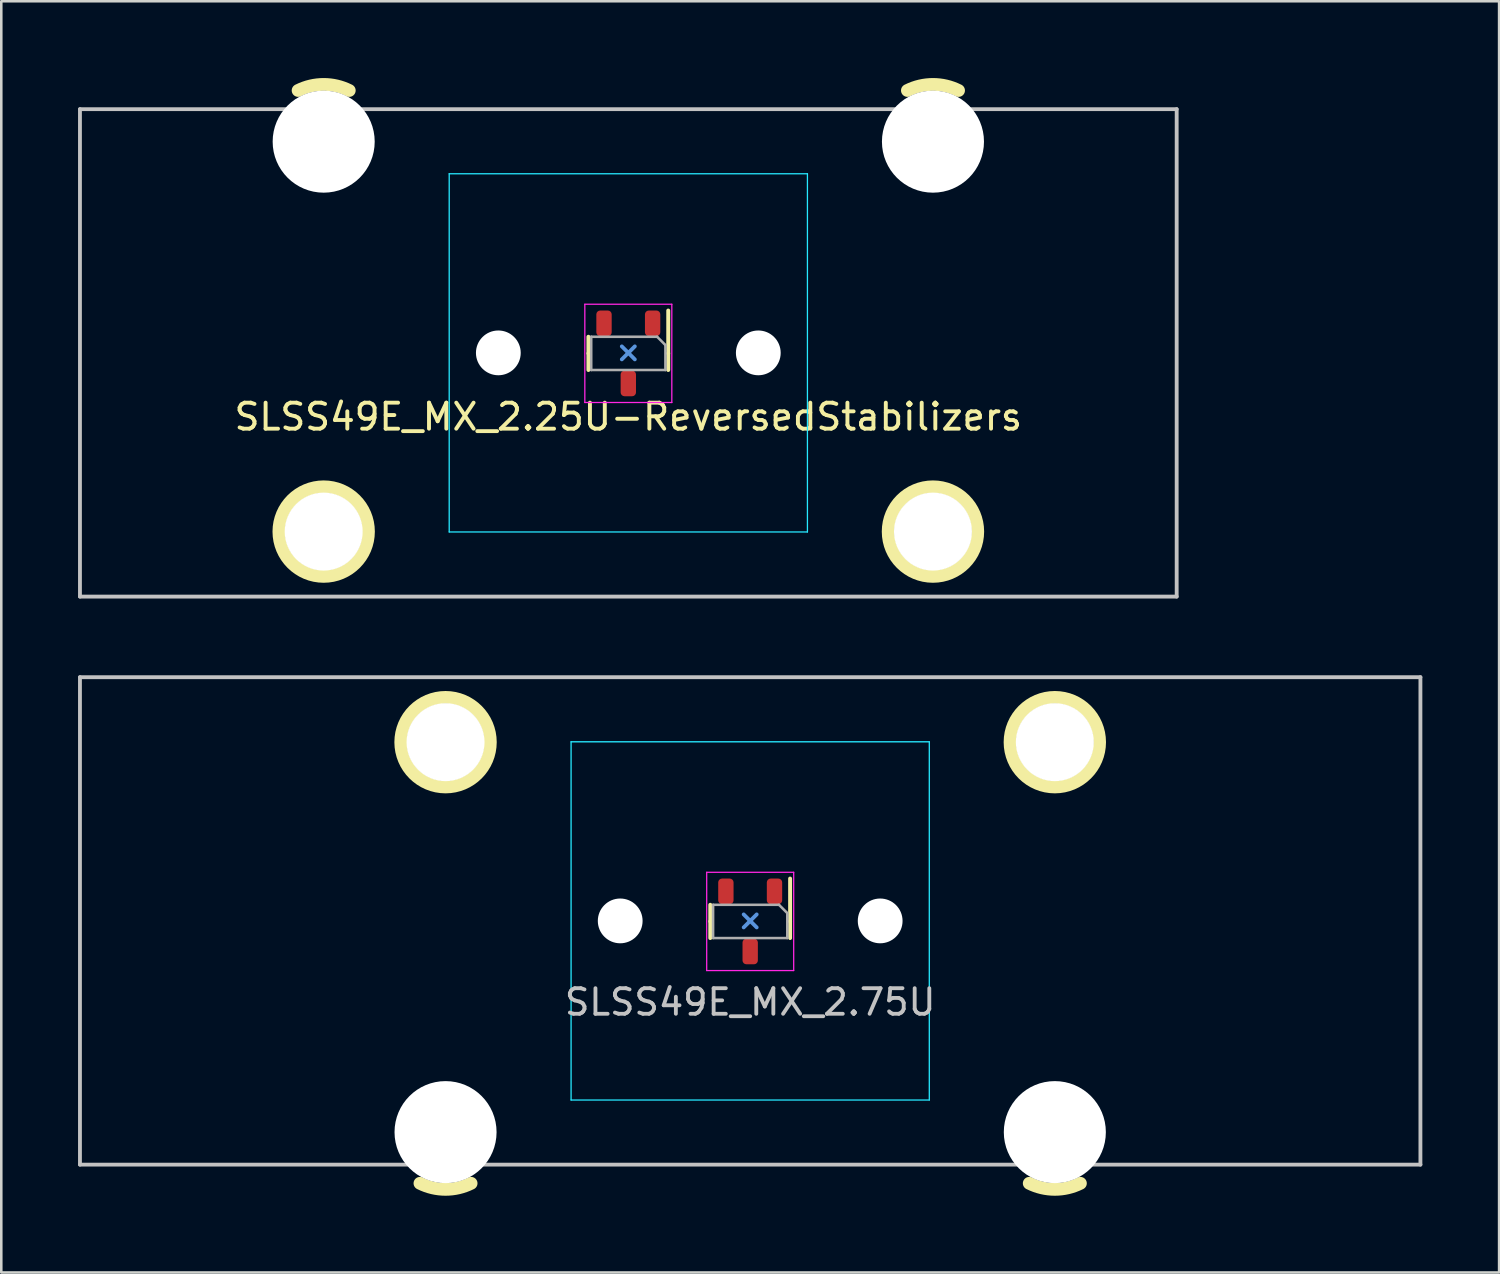
<source format=kicad_pcb>
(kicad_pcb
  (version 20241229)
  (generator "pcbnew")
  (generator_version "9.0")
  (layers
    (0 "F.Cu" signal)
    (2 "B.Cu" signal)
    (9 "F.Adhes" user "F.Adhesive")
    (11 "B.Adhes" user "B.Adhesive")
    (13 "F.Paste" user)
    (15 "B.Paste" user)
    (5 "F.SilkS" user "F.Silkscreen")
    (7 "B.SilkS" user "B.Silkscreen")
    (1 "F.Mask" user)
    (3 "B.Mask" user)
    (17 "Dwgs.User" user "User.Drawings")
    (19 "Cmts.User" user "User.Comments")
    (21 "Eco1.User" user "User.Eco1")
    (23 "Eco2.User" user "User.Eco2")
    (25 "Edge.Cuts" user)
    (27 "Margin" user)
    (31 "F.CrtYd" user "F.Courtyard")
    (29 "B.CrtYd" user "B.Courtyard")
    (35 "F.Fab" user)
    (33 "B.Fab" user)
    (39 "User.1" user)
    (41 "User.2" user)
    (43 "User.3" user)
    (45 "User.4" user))
  (footprint "SLSS49E_MX_2.25U-ReversedStabilizers"
    (layer "F.Cu")
    (at 21.506 10.741)
    (property "Reference" "SLSS49E_MX_2.25U-ReversedStabilizers" (at 0 2.5 0) (unlocked yes) (layer "F.SilkS") (effects (font (size 1.016 1.016) (thickness 0.153))))
    (attr smd)
    (fp_line (start -1.56 -0.63) (end -1.56 0.02) (stroke (width 0.153) (type solid)) (layer "F.SilkS"))
    (fp_line (start -1.56 0.67) (end -1.56 0.02) (stroke (width 0.153) (type solid)) (layer "F.SilkS"))
    (fp_line (start 1.56 -1.655) (end 1.56 0.02) (stroke (width 0.153) (type solid)) (layer "F.SilkS"))
    (fp_line (start 1.56 0.67) (end 1.56 0.02) (stroke (width 0.153) (type solid)) (layer "F.SilkS"))
    (fp_arc (start -12.905199 -10.255525) (mid -11.905663 -10.491068) (end -10.90625 -10.255) (stroke (width 0.5) (type solid)) (layer "F.SilkS"))
    (fp_arc (start 10.907301 -10.255525) (mid 11.906837 -10.491066) (end 12.90625 -10.255) (stroke (width 0.5) (type solid)) (layer "F.SilkS"))
    (fp_circle (center -11.906 6.985) (end -10.156 6.985) (stroke (width 0.5) (type solid)) (fill no) (layer "F.SilkS"))
    (fp_circle (center 11.906 6.985) (end 13.656 6.985) (stroke (width 0.5) (type solid)) (fill no) (layer "F.SilkS"))
    (fp_line (start -21.431 -9.525) (end -21.431 9.525) (stroke (width 0.15) (type solid)) (layer "Dwgs.User"))
    (fp_line (start 21.431 -9.525) (end -21.431 -9.525) (stroke (width 0.15) (type solid)) (layer "Dwgs.User"))
    (fp_line (start 21.431 9.525) (end -21.431 9.525) (stroke (width 0.15) (type solid)) (layer "Dwgs.User"))
    (fp_line (start 21.431 9.525) (end 21.431 -9.525) (stroke (width 0.15) (type solid)) (layer "Dwgs.User"))
    (fp_line (start 0.254 -0.254) (end -0.254 0.254) (stroke (width 0.15) (type default)) (layer "Cmts.User"))
    (fp_line (start 0.254 0.254) (end -0.254 -0.254) (stroke (width 0.15) (type default)) (layer "Cmts.User"))
    (fp_line (start -7 -6.5) (end -7 6.5) (stroke (width 0.15) (type solid)) (layer "Eco2.User"))
    (fp_line (start -6.5 7) (end 6.5 7) (stroke (width 0.15) (type solid)) (layer "Eco2.User"))
    (fp_line (start 6.5 -7) (end -6.5 -7) (stroke (width 0.15) (type solid)) (layer "Eco2.User"))
    (fp_line (start 7 6.5) (end 7 -6.5) (stroke (width 0.15) (type solid)) (layer "Eco2.User"))
    (fp_arc (start -7 -6.500001) (mid -6.853553 -6.853553) (end -6.500001 -7) (stroke (width 0.15) (type solid)) (layer "Eco2.User"))
    (fp_arc (start -6.500001 7) (mid -6.853553 6.853553) (end -7 6.500001) (stroke (width 0.15) (type solid)) (layer "Eco2.User"))
    (fp_arc (start 6.500001 -7) (mid 6.853553 -6.853553) (end 7 -6.500001) (stroke (width 0.15) (type solid)) (layer "Eco2.User"))
    (fp_arc (start 6.997236 6.498884) (mid 6.850827 6.85249) (end 6.497236 6.998884) (stroke (width 0.15) (type solid)) (layer "Eco2.User"))
    (fp_line (start -7 -7) (end -7 7) (stroke (width 0.05) (type solid)) (layer "B.CrtYd"))
    (fp_line (start -7 7) (end 7 7) (stroke (width 0.05) (type solid)) (layer "B.CrtYd"))
    (fp_line (start 7 -7) (end -7 -7) (stroke (width 0.05) (type solid)) (layer "B.CrtYd"))
    (fp_line (start 7 7) (end 7 -7) (stroke (width 0.05) (type solid)) (layer "B.CrtYd"))
    (fp_line (start -1.7 -1.9) (end 1.7 -1.9) (stroke (width 0.05) (type solid)) (layer "F.CrtYd"))
    (fp_line (start -1.7 1.94) (end -1.7 -1.9) (stroke (width 0.05) (type solid)) (layer "F.CrtYd"))
    (fp_line (start 1.7 -1.9) (end 1.7 1.94) (stroke (width 0.05) (type solid)) (layer "F.CrtYd"))
    (fp_line (start 1.7 1.94) (end -1.7 1.94) (stroke (width 0.05) (type solid)) (layer "F.CrtYd"))
    (fp_line (start -1.45 -0.63) (end -1.45 0.67) (stroke (width 0.1) (type solid)) (layer "F.Fab"))
    (fp_line (start -1.45 0.67) (end 1.45 0.67) (stroke (width 0.1) (type solid)) (layer "F.Fab"))
    (fp_line (start 1.125 -0.63) (end -1.45 -0.63) (stroke (width 0.1) (type solid)) (layer "F.Fab"))
    (fp_line (start 1.45 -0.305) (end 1.125 -0.63) (stroke (width 0.1) (type solid)) (layer "F.Fab"))
    (fp_line (start 1.45 0.67) (end 1.45 -0.305) (stroke (width 0.1) (type solid)) (layer "F.Fab"))
    (pad "" np_thru_hole circle (at -11.906 -8.255) (size 3.988 3.988) (drill 3.988) (layers "*.Cu" "*.Mask"))
    (pad "" np_thru_hole circle (at -11.906 6.985) (size 3.048 3.048) (drill 3.048) (layers "*.Cu" "*.Mask"))
    (pad "" np_thru_hole circle (at -5.08 0) (size 1.75 1.75) (drill 1.75) (layers "*.Cu" "*.Mask"))
    (pad "" np_thru_hole circle (at 5.08 0) (size 1.75 1.75) (drill 1.75) (layers "*.Cu" "*.Mask"))
    (pad "" np_thru_hole circle (at 11.906 6.985) (size 3.048 3.048) (drill 3.048) (layers "*.Cu" "*.Mask"))
    (pad "" np_thru_hole circle (at 11.906 -8.255) (size 3.988 3.988) (drill 3.988) (layers "*.Cu" "*.Mask"))
    (pad "1" smd roundrect (at 0.95 -1.155 270) (size 1 0.6) (layers "F.Cu" "F.Mask" "F.Paste") (roundrect_rratio 0.25))
    (pad "2" smd roundrect (at 0 1.195 270) (size 1 0.6) (layers "F.Cu" "F.Mask" "F.Paste") (roundrect_rratio 0.25))
    (pad "3" smd roundrect (at -0.95 -1.155 270) (size 1 0.6) (layers "F.Cu" "F.Mask" "F.Paste") (roundrect_rratio 0.25))
    (zone (net_name "") (layers "F.Cu" "B.Cu") (hatch edge 0.5) (connect_pads) (min_thickness 0.25) (filled_areas_thickness no) (keepout (tracks allowed) (vias allowed) (pads allowed) (copperpour not_allowed) (footprints allowed)) (placement (enabled no)) (fill) (polygon (pts (xy 23.256 10.741) (xy 23.237 10.48) (xy 23.179 10.225) (xy 23.083 9.982) (xy 22.952 9.755) (xy 22.789 9.551) (xy 22.597 9.373) (xy 22.381 9.226) (xy 22.146 9.112) (xy 21.896 9.035) (xy 21.637 8.996) (xy 21.375 8.996) (xy 21.117 9.035) (xy 20.867 9.112) (xy 20.631 9.226) (xy 20.415 9.373) (xy 20.223 9.551) (xy 20.06 9.755) (xy 19.93 9.982) (xy 19.834 10.225) (xy 19.776 10.48) (xy 19.756 10.741) (xy 19.776 11.002) (xy 19.834 11.257) (xy 19.93 11.5) (xy 20.06 11.727) (xy 20.223 11.931) (xy 20.415 12.109) (xy 20.631 12.257) (xy 20.867 12.37) (xy 21.117 12.447) (xy 21.375 12.486) (xy 21.637 12.486) (xy 21.896 12.447) (xy 22.146 12.37) (xy 22.381 12.257) (xy 22.597 12.109) (xy 22.789 11.931) (xy 22.952 11.727) (xy 23.083 11.5) (xy 23.179 11.257) (xy 23.237 11.002)))))
  (footprint "SLSS49E_MX_2.75U"
    (layer "F.Cu")
    (at 26.269 32.941)
    (property "Reference" "SLSS49E_MX_2.75U" (at 0 3.175 0) (layer "Dwgs.User") (effects (font (size 1 1) (thickness 0.15))))
    (attr through_hole)
    (fp_line (start -1.56 0.02) (end -1.56 -0.63) (stroke (width 0.153) (type solid)) (layer "F.SilkS"))
    (fp_line (start -1.56 0.02) (end -1.56 0.67) (stroke (width 0.153) (type solid)) (layer "F.SilkS"))
    (fp_line (start 1.56 0.02) (end 1.56 -1.655) (stroke (width 0.153) (type solid)) (layer "F.SilkS"))
    (fp_line (start 1.56 0.02) (end 1.56 0.67) (stroke (width 0.153) (type solid)) (layer "F.SilkS"))
    (fp_arc (start -10.907301 10.255525) (mid -11.906837 10.491068) (end -12.90625 10.255) (stroke (width 0.5) (type solid)) (layer "F.SilkS"))
    (fp_arc (start 12.905199 10.255525) (mid 11.905663 10.491068) (end 10.90625 10.255) (stroke (width 0.5) (type solid)) (layer "F.SilkS"))
    (fp_circle (center -11.906 -6.985) (end -13.656 -6.985) (stroke (width 0.5) (type solid)) (fill no) (layer "F.SilkS"))
    (fp_circle (center 11.906 -6.985) (end 10.156 -6.985) (stroke (width 0.5) (type solid)) (fill no) (layer "F.SilkS"))
    (fp_line (start -26.194 -9.525) (end 26.194 -9.525) (stroke (width 0.15) (type solid)) (layer "Dwgs.User"))
    (fp_line (start -26.194 9.525) (end -26.194 -9.525) (stroke (width 0.15) (type solid)) (layer "Dwgs.User"))
    (fp_line (start -26.194 9.525) (end 26.194 9.525) (stroke (width 0.15) (type solid)) (layer "Dwgs.User"))
    (fp_line (start 26.194 -9.525) (end 26.194 9.525) (stroke (width 0.15) (type solid)) (layer "Dwgs.User"))
    (fp_line (start -0.254 -0.254) (end 0.254 0.254) (stroke (width 0.15) (type default)) (layer "Cmts.User"))
    (fp_line (start -0.254 0.254) (end 0.254 -0.254) (stroke (width 0.15) (type default)) (layer "Cmts.User"))
    (fp_line (start -7 6.5) (end -7 -6.5) (stroke (width 0.15) (type solid)) (layer "Eco2.User"))
    (fp_line (start -6.5 -7) (end 6.5 -7) (stroke (width 0.15) (type solid)) (layer "Eco2.User"))
    (fp_line (start 6.5 7) (end -6.5 7) (stroke (width 0.15) (type solid)) (layer "Eco2.User"))
    (fp_line (start 7 -6.5) (end 7 6.5) (stroke (width 0.15) (type solid)) (layer "Eco2.User"))
    (fp_arc (start -7 -6.5) (mid -6.853553 -6.853553) (end -6.5 -7) (stroke (width 0.15) (type solid)) (layer "Eco2.User"))
    (fp_arc (start -6.5 7) (mid -6.853553 6.853553) (end -7 6.5) (stroke (width 0.15) (type solid)) (layer "Eco2.User"))
    (fp_arc (start 6.5 -7) (mid 6.853553 -6.853553) (end 7 -6.5) (stroke (width 0.15) (type solid)) (layer "Eco2.User"))
    (fp_arc (start 6.997236 6.498884) (mid 6.85082 6.852454) (end 6.497236 6.998884) (stroke (width 0.15) (type solid)) (layer "Eco2.User"))
    (fp_line (start -7 -7) (end 7 -7) (stroke (width 0.05) (type solid)) (layer "B.CrtYd"))
    (fp_line (start -7 7) (end -7 -7) (stroke (width 0.05) (type solid)) (layer "B.CrtYd"))
    (fp_line (start 7 -7) (end 7 7) (stroke (width 0.05) (type solid)) (layer "B.CrtYd"))
    (fp_line (start 7 7) (end -7 7) (stroke (width 0.05) (type solid)) (layer "B.CrtYd"))
    (fp_line (start -1.7 -1.9) (end -1.7 1.94) (stroke (width 0.05) (type solid)) (layer "F.CrtYd"))
    (fp_line (start -1.7 1.94) (end 1.7 1.94) (stroke (width 0.05) (type solid)) (layer "F.CrtYd"))
    (fp_line (start 1.7 -1.9) (end -1.7 -1.9) (stroke (width 0.05) (type solid)) (layer "F.CrtYd"))
    (fp_line (start 1.7 1.94) (end 1.7 -1.9) (stroke (width 0.05) (type solid)) (layer "F.CrtYd"))
    (fp_line (start -1.45 -0.63) (end 1.125 -0.63) (stroke (width 0.1) (type solid)) (layer "F.Fab"))
    (fp_line (start -1.45 0.67) (end -1.45 -0.63) (stroke (width 0.1) (type solid)) (layer "F.Fab"))
    (fp_line (start 1.125 -0.63) (end 1.45 -0.305) (stroke (width 0.1) (type solid)) (layer "F.Fab"))
    (fp_line (start 1.45 -0.305) (end 1.45 0.67) (stroke (width 0.1) (type solid)) (layer "F.Fab"))
    (fp_line (start 1.45 0.67) (end -1.45 0.67) (stroke (width 0.1) (type solid)) (layer "F.Fab"))
    (pad "" np_thru_hole circle (at -11.906 -6.985) (size 3.048 3.048) (drill 3.048) (layers "*.Cu" "*.Mask"))
    (pad "" np_thru_hole circle (at -11.906 8.255) (size 3.988 3.988) (drill 3.988) (layers "*.Cu" "*.Mask"))
    (pad "" np_thru_hole circle (at -5.08 0) (size 1.75 1.75) (drill 1.75) (layers "*.Cu" "*.Mask"))
    (pad "" np_thru_hole circle (at 5.08 0) (size 1.75 1.75) (drill 1.75) (layers "*.Cu" "*.Mask"))
    (pad "" np_thru_hole circle (at 11.906 -6.985) (size 3.048 3.048) (drill 3.048) (layers "*.Cu" "*.Mask"))
    (pad "" np_thru_hole circle (at 11.906 8.255) (size 3.988 3.988) (drill 3.988) (layers "*.Cu" "*.Mask"))
    (pad "1" smd roundrect (at 0.95 -1.155 270) (size 1 0.6) (layers "F.Cu" "F.Mask" "F.Paste") (roundrect_rratio 0.25))
    (pad "2" smd roundrect (at 0 1.195 270) (size 1 0.6) (layers "F.Cu" "F.Mask" "F.Paste") (roundrect_rratio 0.25))
    (pad "3" smd roundrect (at -0.95 -1.155 270) (size 1 0.6) (layers "F.Cu" "F.Mask" "F.Paste") (roundrect_rratio 0.25))
    (zone (net_name "") (layers "F.Cu" "B.Cu") (hatch edge 0.5) (connect_pads) (min_thickness 0.25) (filled_areas_thickness no) (keepout (tracks allowed) (vias allowed) (pads allowed) (copperpour not_allowed) (footprints allowed)) (placement (enabled no)) (fill) (polygon (pts (xy 28.019 32.941) (xy 27.999 32.68) (xy 27.941 32.425) (xy 27.845 32.182) (xy 27.715 31.955) (xy 27.552 31.751) (xy 27.36 31.573) (xy 27.144 31.426) (xy 26.908 31.312) (xy 26.658 31.235) (xy 26.4 31.196) (xy 26.138 31.196) (xy 25.879 31.235) (xy 25.629 31.312) (xy 25.394 31.426) (xy 25.178 31.573) (xy 24.986 31.751) (xy 24.823 31.955) (xy 24.692 32.182) (xy 24.596 32.425) (xy 24.538 32.68) (xy 24.519 32.941) (xy 24.538 33.202) (xy 24.596 33.457) (xy 24.692 33.7) (xy 24.823 33.927) (xy 24.986 34.131) (xy 25.178 34.309) (xy 25.394 34.457) (xy 25.629 34.57) (xy 25.879 34.647) (xy 26.138 34.686) (xy 26.4 34.686) (xy 26.658 34.647) (xy 26.908 34.57) (xy 27.144 34.457) (xy 27.36 34.309) (xy 27.552 34.131) (xy 27.715 33.927) (xy 27.845 33.7) (xy 27.941 33.457) (xy 27.999 33.202)))))
  (gr_rect
    (start -3 -3)
    (end 55.538 46.682)
    (stroke (width 0.1) (type default))
    (fill no)
    (layer "Edge.Cuts")))
</source>
